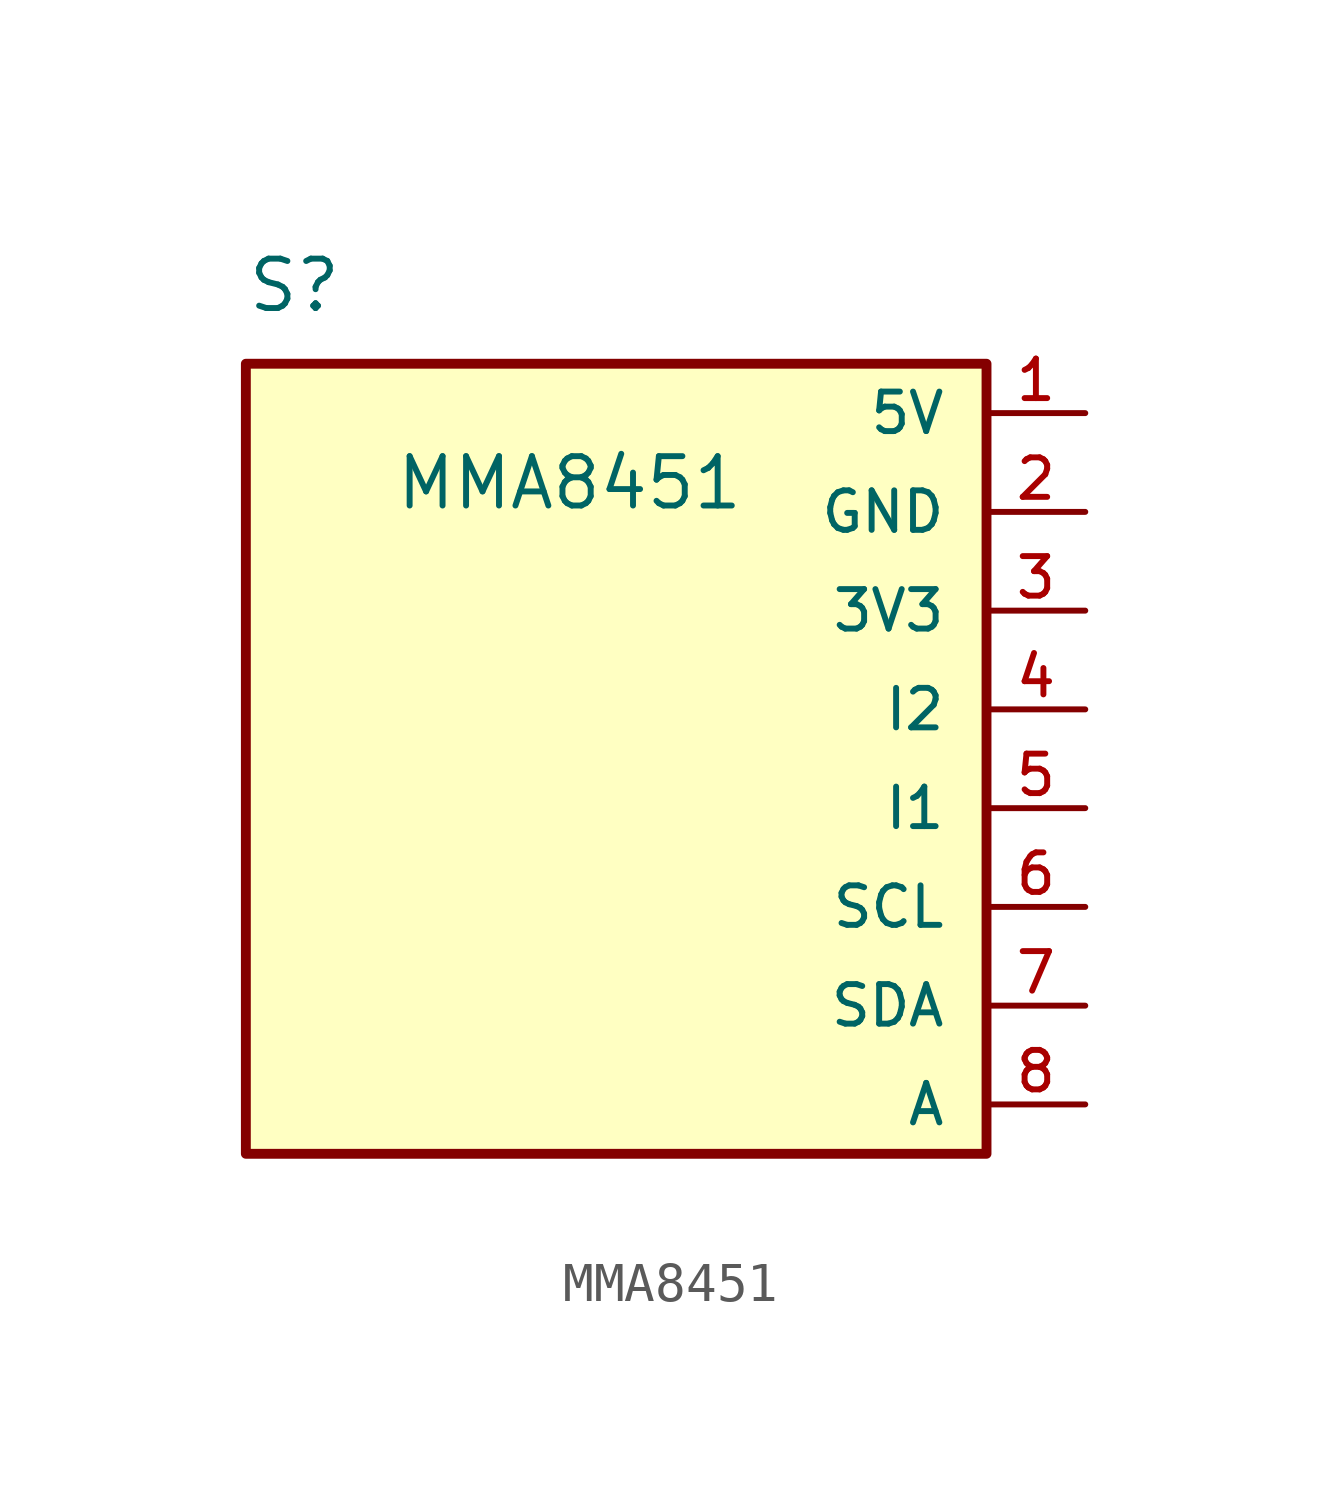
<source format=kicad_sym>
(kicad_symbol_lib
  (version 20220914)
  (generator kicad_symbol_editor)
  (symbol "MMA8451"
    (pin_names
      (offset 1.016))
    (property "Reference" "S"
      (at 0 1.27 0)
      (effects (font (size 1.27 1.27)) (justify left bottom)))
    (property "Value" "MMA8451"
      (at 3.81 -3.81 0)
      (effects (font (size 1.27 1.27)) (justify left bottom)))
    (symbol "MMA8451_1_0"
      (rectangle (start 0 0) (end 19.05 -20.32) (stroke (width 0.254) (type default)) (fill (type background)))
      (pin passive line (at 21.59 -1.27 180) (length 2.54) (name "5V" (effects (font (size 1.016 1.016)))) (number "1" (effects (font (size 1.016 1.016)))))
      (pin passive line (at 21.59 -3.81 180) (length 2.54) (name "GND" (effects (font (size 1.016 1.016)))) (number "2" (effects (font (size 1.016 1.016)))))
      (pin passive line (at 21.59 -6.35 180) (length 2.54) (name "3V3" (effects (font (size 1.016 1.016)))) (number "3" (effects (font (size 1.016 1.016)))))
      (pin passive line (at 21.59 -8.89 180) (length 2.54) (name "I2" (effects (font (size 1.016 1.016)))) (number "4" (effects (font (size 1.016 1.016)))))
      (pin passive line (at 21.59 -11.43 180) (length 2.54) (name "I1" (effects (font (size 1.016 1.016)))) (number "5" (effects (font (size 1.016 1.016)))))
      (pin passive line (at 21.59 -13.97 180) (length 2.54) (name "SCL" (effects (font (size 1.016 1.016)))) (number "6" (effects (font (size 1.016 1.016)))))
      (pin passive line (at 21.59 -16.51 180) (length 2.54) (name "SDA" (effects (font (size 1.016 1.016)))) (number "7" (effects (font (size 1.016 1.016)))))
      (pin passive line (at 21.59 -19.05 180) (length 2.54) (name "A" (effects (font (size 1.016 1.016)))) (number "8" (effects (font (size 1.016 1.016))))))))
</source>
